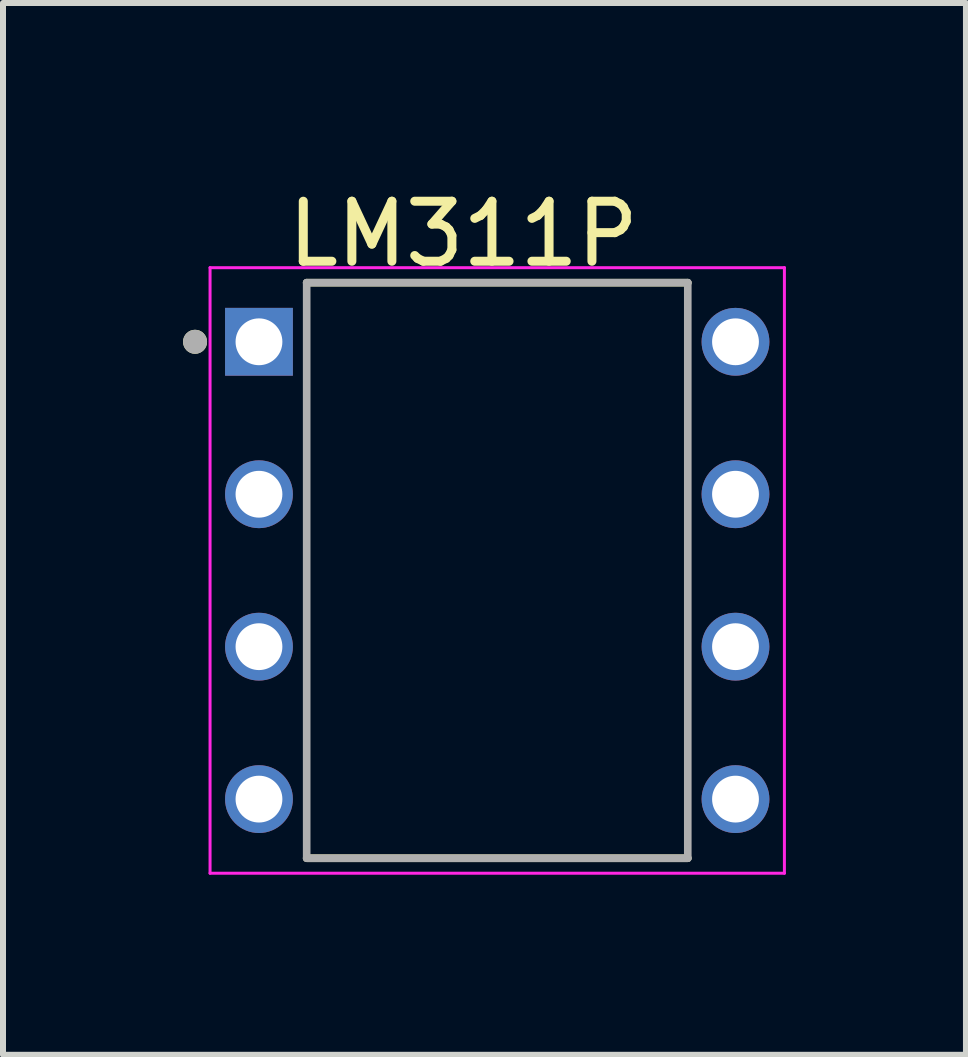
<source format=kicad_pcb>
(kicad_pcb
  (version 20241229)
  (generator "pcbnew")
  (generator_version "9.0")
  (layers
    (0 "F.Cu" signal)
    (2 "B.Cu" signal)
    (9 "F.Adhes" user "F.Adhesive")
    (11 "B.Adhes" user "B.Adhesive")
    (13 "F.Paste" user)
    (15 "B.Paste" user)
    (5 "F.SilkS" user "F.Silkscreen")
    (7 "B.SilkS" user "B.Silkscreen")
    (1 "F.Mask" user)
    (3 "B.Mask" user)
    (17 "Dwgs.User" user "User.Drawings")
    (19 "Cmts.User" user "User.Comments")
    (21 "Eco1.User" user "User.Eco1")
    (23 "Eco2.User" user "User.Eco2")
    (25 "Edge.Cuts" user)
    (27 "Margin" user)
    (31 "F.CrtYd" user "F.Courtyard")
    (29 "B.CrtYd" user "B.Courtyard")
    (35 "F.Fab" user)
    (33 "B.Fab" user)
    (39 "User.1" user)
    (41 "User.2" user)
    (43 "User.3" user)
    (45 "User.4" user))
  (footprint "LM311P"
    (layer "F.Cu")
    (at 5.235 6.455)
    (property "Reference" "LM311P" (at -0.565 -5.607 0) (layer "F.SilkS") (effects (font (size 1 1) (thickness 0.15))))
    (attr through_hole)
    (fp_line (start -3.175 -4.795) (end 3.175 -4.795) (stroke (width 0.127) (type solid)) (layer "F.SilkS"))
    (fp_line (start -3.175 4.795) (end 3.175 4.795) (stroke (width 0.127) (type solid)) (layer "F.SilkS"))
    (fp_circle (center -5.035 -3.81) (end -4.935 -3.81) (stroke (width 0.2) (type solid)) (fill no) (layer "F.SilkS"))
    (fp_line (start -4.785 -5.045) (end -4.785 5.045) (stroke (width 0.05) (type solid)) (layer "F.CrtYd"))
    (fp_line (start 4.785 -5.045) (end -4.785 -5.045) (stroke (width 0.05) (type solid)) (layer "F.CrtYd"))
    (fp_line (start 4.785 -5.045) (end 4.785 5.045) (stroke (width 0.05) (type solid)) (layer "F.CrtYd"))
    (fp_line (start 4.785 5.045) (end -4.785 5.045) (stroke (width 0.05) (type solid)) (layer "F.CrtYd"))
    (fp_line (start -3.175 -4.795) (end -3.175 4.795) (stroke (width 0.127) (type solid)) (layer "F.Fab"))
    (fp_line (start -3.175 -4.795) (end 3.175 -4.795) (stroke (width 0.127) (type solid)) (layer "F.Fab"))
    (fp_line (start -3.175 4.795) (end 3.175 4.795) (stroke (width 0.127) (type solid)) (layer "F.Fab"))
    (fp_line (start 3.175 -4.795) (end 3.175 4.795) (stroke (width 0.127) (type solid)) (layer "F.Fab"))
    (fp_circle (center -5.035 -3.81) (end -4.935 -3.81) (stroke (width 0.2) (type solid)) (fill no) (layer "F.Fab"))
    (pad "1" thru_hole rect (at -3.97 -3.81) (size 1.13 1.13) (drill 0.78) (layers "*.Cu" "*.Mask"))
    (pad "2" thru_hole circle (at -3.97 -1.27) (size 1.13 1.13) (drill 0.78) (layers "*.Cu" "*.Mask"))
    (pad "3" thru_hole circle (at -3.97 1.27) (size 1.13 1.13) (drill 0.78) (layers "*.Cu" "*.Mask"))
    (pad "4" thru_hole circle (at -3.97 3.81) (size 1.13 1.13) (drill 0.78) (layers "*.Cu" "*.Mask"))
    (pad "5" thru_hole circle (at 3.97 3.81) (size 1.13 1.13) (drill 0.78) (layers "*.Cu" "*.Mask"))
    (pad "6" thru_hole circle (at 3.97 1.27) (size 1.13 1.13) (drill 0.78) (layers "*.Cu" "*.Mask"))
    (pad "7" thru_hole circle (at 3.97 -1.27) (size 1.13 1.13) (drill 0.78) (layers "*.Cu" "*.Mask"))
    (pad "8" thru_hole circle (at 3.97 -3.81) (size 1.13 1.13) (drill 0.78) (layers "*.Cu" "*.Mask")))
  (gr_rect
    (start -3 -3)
    (end 13.045 14.525)
    (stroke (width 0.1) (type default))
    (fill no)
    (layer "Edge.Cuts")))
</source>
